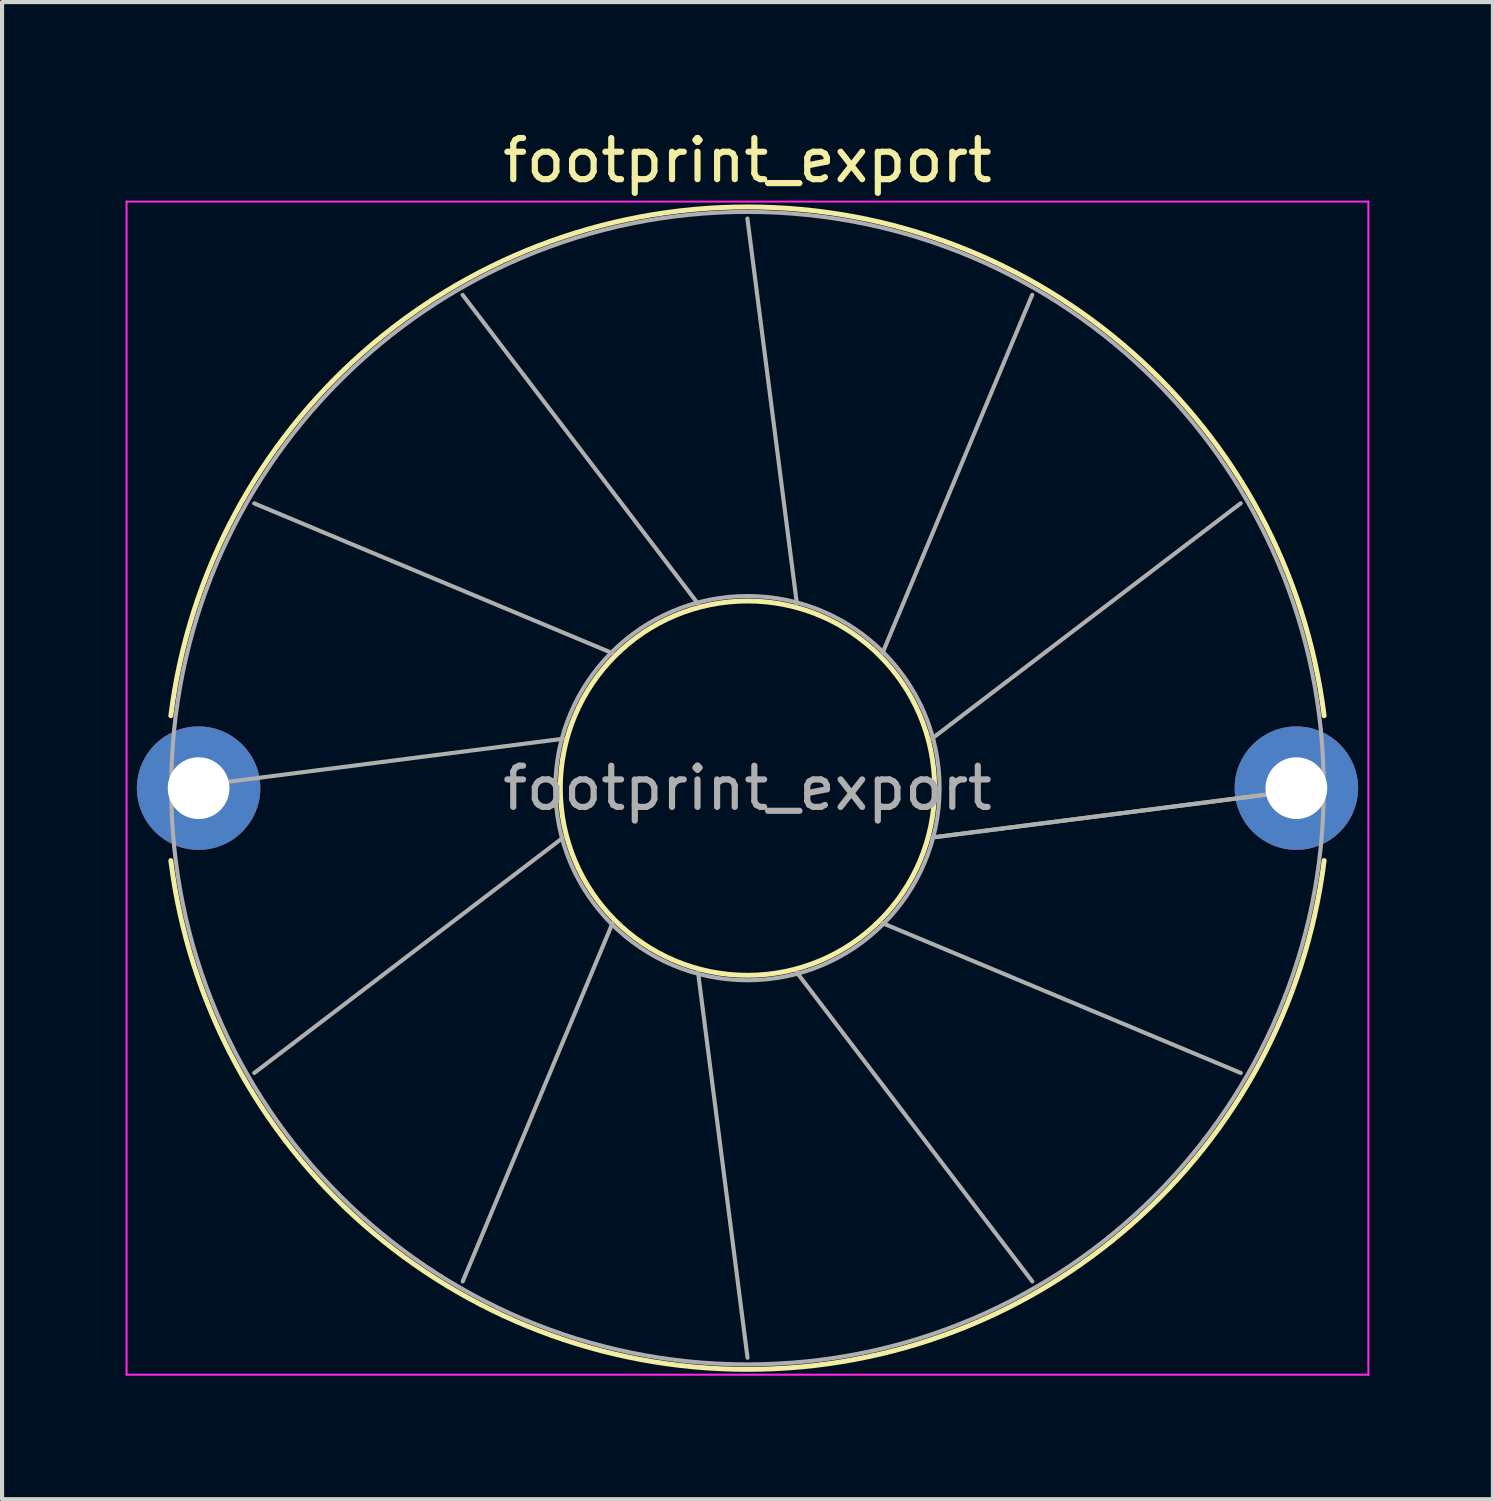
<source format=kicad_pcb>
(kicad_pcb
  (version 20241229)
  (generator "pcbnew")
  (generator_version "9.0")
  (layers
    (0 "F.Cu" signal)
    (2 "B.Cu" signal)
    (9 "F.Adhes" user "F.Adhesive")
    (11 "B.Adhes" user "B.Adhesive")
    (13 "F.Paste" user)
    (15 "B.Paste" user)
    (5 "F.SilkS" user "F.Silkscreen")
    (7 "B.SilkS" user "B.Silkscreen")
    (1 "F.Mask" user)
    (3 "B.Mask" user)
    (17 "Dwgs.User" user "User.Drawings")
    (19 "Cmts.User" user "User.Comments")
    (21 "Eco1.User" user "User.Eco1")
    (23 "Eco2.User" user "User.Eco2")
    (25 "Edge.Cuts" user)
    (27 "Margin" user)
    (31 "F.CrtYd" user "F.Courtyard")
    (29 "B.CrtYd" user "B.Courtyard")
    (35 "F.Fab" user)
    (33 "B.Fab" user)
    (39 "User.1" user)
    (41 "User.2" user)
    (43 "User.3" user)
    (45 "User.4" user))
  (footprint "footprint_export"
    (layer "F.Cu")
    (at 1.775 16.098)
    (property "Reference" "footprint_export" (at 13.335 -15.25 0) (layer "F.SilkS") (effects (font (size 1 1) (thickness 0.15))))
    (attr through_hole)
    (fp_arc (start -0.674882 -1.76) (mid 13.335 -14.12) (end 27.344882 -1.76) (stroke (width 0.12) (type solid)) (layer "F.SilkS"))
    (fp_arc (start 27.344882 1.76) (mid 13.335 14.12) (end -0.674882 1.76) (stroke (width 0.12) (type solid)) (layer "F.SilkS"))
    (fp_circle (center 13.335 0) (end 17.882 0) (stroke (width 0.12) (type solid)) (fill no) (layer "F.SilkS"))
    (fp_line (start -1.75 -14.25) (end -1.75 14.25) (stroke (width 0.05) (type solid)) (layer "F.CrtYd"))
    (fp_line (start -1.75 14.25) (end 28.42 14.25) (stroke (width 0.05) (type solid)) (layer "F.CrtYd"))
    (fp_line (start 28.42 -14.25) (end -1.75 -14.25) (stroke (width 0.05) (type solid)) (layer "F.CrtYd"))
    (fp_line (start 28.42 14.25) (end 28.42 -14.25) (stroke (width 0.05) (type solid)) (layer "F.CrtYd"))
    (fp_line (start -0.503 0.001) (end 8.855 -1.2) (stroke (width 0.1) (type solid)) (layer "F.Fab"))
    (fp_line (start 1.351 -6.918) (end 10.055 -3.279) (stroke (width 0.1) (type solid)) (layer "F.Fab"))
    (fp_line (start 1.352 6.92) (end 8.856 1.201) (stroke (width 0.1) (type solid)) (layer "F.Fab"))
    (fp_line (start 6.415 -11.983) (end 12.134 -4.479) (stroke (width 0.1) (type solid)) (layer "F.Fab"))
    (fp_line (start 6.417 11.984) (end 10.056 3.28) (stroke (width 0.1) (type solid)) (layer "F.Fab"))
    (fp_line (start 13.333 -13.838) (end 14.535 -4.48) (stroke (width 0.1) (type solid)) (layer "F.Fab"))
    (fp_line (start 13.336 13.838) (end 12.135 4.48) (stroke (width 0.1) (type solid)) (layer "F.Fab"))
    (fp_line (start 20.252 -11.985) (end 16.614 -3.28) (stroke (width 0.1) (type solid)) (layer "F.Fab"))
    (fp_line (start 20.254 11.983) (end 14.535 4.48) (stroke (width 0.1) (type solid)) (layer "F.Fab"))
    (fp_line (start 25.318 -6.921) (end 17.814 -1.201) (stroke (width 0.1) (type solid)) (layer "F.Fab"))
    (fp_line (start 25.319 6.919) (end 16.614 3.279) (stroke (width 0.1) (type solid)) (layer "F.Fab"))
    (fp_line (start 27.173 -0.003) (end 17.815 1.199) (stroke (width 0.1) (type solid)) (layer "F.Fab"))
    (fp_line (start 27.173 0) (end 17.815 1.2) (stroke (width 0.1) (type solid)) (layer "F.Fab"))
    (fp_circle (center 13.335 0) (end 18.002 0) (stroke (width 0.1) (type solid)) (fill no) (layer "F.Fab"))
    (fp_circle (center 13.335 0) (end 27.335 0) (stroke (width 0.1) (type solid)) (fill no) (layer "F.Fab"))
    (fp_text user "${REFERENCE}" (at 13.335 0 0) (layer "F.Fab") (effects (font (size 1 1) (thickness 0.15))))
    (pad "1" thru_hole circle (at 0 0) (size 3 3) (drill 1.5) (layers "*.Cu" "*.Mask"))
    (pad "2" thru_hole circle (at 26.67 0) (size 3 3) (drill 1.5) (layers "*.Cu" "*.Mask")))
  (gr_rect
    (start -3 -3)
    (end 33.22 33.373)
    (stroke (width 0.1) (type default))
    (fill no)
    (layer "Edge.Cuts")))
</source>
